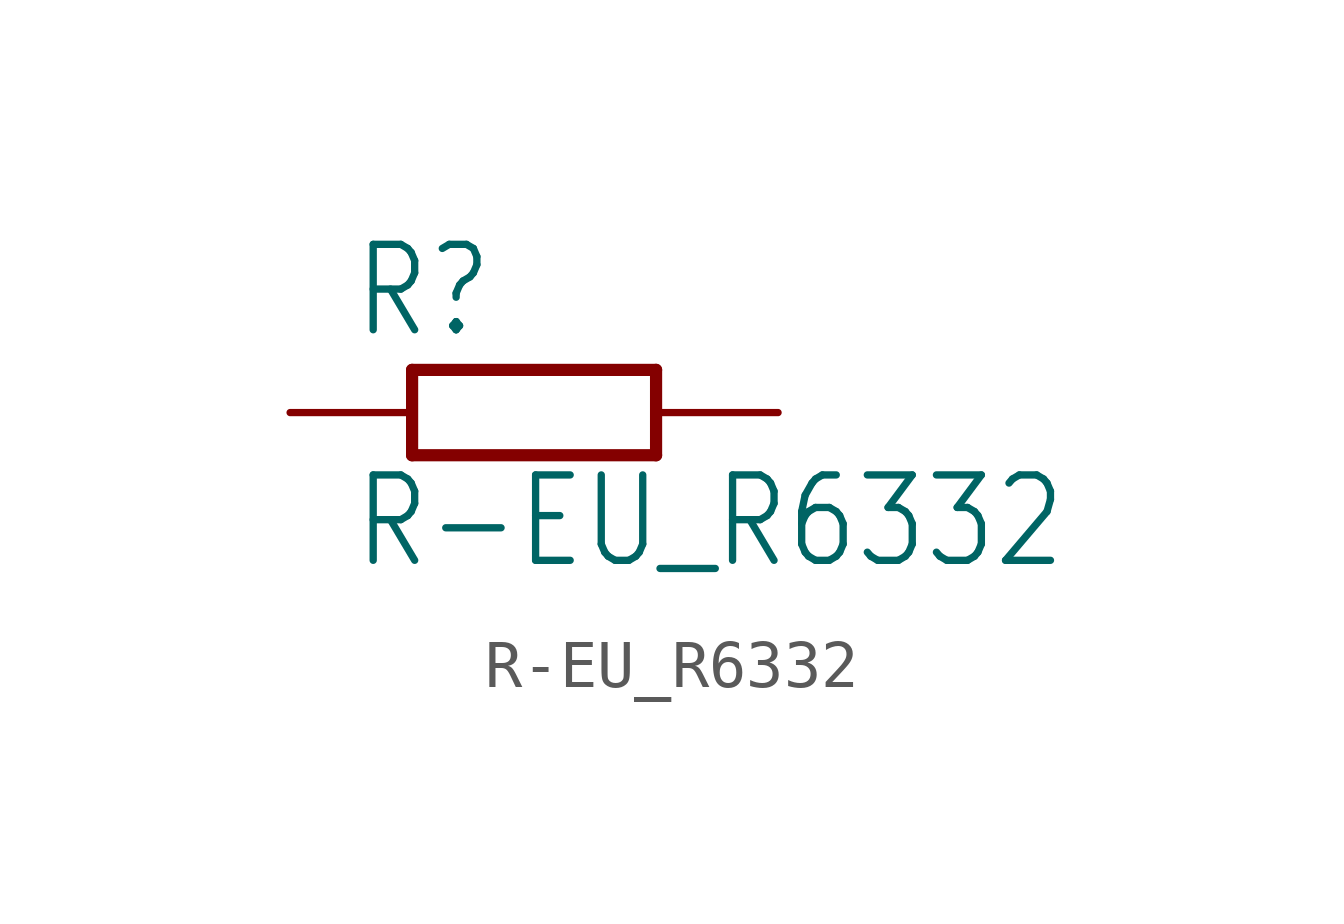
<source format=kicad_sym>
(kicad_symbol_lib
  (version 20201005)
  (generator kicad_symbol_editor)
  (symbol "R-EU_R6332"
    (property "Reference" "R"
      (at -3.81 1.499 0)
      (effects (font (size 1.778 1.511)) (justify left bottom)))
    (property "Value" "R-EU_R6332"
      (at -3.81 -3.302 0)
      (effects (font (size 1.778 1.511)) (justify left bottom)))
    (property "ki_locked" ""
      (at 0 0 0)
      (effects (font (size 1.27 1.27))))
    (symbol "R-EU_R6332_1_0"
      (polyline (pts (xy -2.54 -0.889) (xy 2.54 -0.889)) (stroke (width 0.254)) (fill (type none)))
      (polyline (pts (xy 2.54 0.889) (xy -2.54 0.889)) (stroke (width 0.254)) (fill (type none)))
      (polyline (pts (xy 2.54 -0.889) (xy 2.54 0.889)) (stroke (width 0.254)) (fill (type none)))
      (polyline (pts (xy -2.54 -0.889) (xy -2.54 0.889)) (stroke (width 0.254)) (fill (type none)))
      (pin passive line (at 5.08 0 180) (length 2.54) (name "2" (effects (font (size 0 0)))) (number "2" (effects (font (size 0 0)))))
      (pin passive line (at -5.08 0 0) (length 2.54) (name "1" (effects (font (size 0 0)))) (number "1" (effects (font (size 0 0))))))))
</source>
